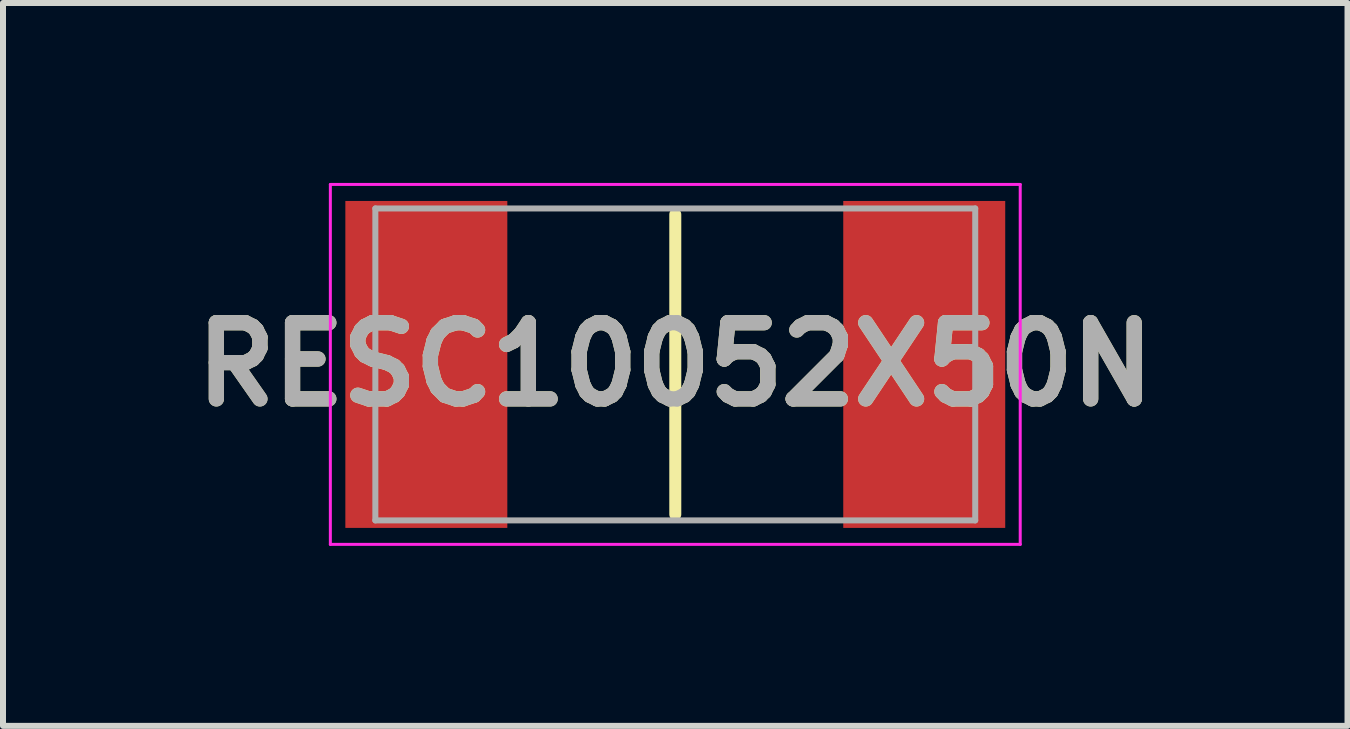
<source format=kicad_pcb>
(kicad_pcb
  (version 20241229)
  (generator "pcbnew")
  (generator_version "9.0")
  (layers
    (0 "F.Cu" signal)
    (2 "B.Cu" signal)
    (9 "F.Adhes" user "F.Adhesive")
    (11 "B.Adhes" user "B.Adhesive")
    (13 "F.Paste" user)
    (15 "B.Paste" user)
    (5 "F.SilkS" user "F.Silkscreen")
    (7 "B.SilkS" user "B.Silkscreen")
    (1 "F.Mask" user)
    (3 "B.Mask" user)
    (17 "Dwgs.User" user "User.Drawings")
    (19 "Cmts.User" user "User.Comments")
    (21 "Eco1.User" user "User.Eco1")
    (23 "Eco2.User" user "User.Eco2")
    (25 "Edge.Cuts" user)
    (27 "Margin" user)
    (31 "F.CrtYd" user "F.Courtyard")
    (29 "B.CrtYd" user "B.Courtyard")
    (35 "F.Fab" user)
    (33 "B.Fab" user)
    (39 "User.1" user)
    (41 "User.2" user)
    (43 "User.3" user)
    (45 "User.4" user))
  (footprint "RESC10052X50N"
    (layer "F.Cu")
    (at 8.207 3.025)
    (property "Reference" "RESC10052X50N" (at 0 0 0) (layer "F.SilkS") (effects (font (size 1.27 1.27) (thickness 0.254))))
    (attr smd)
    (fp_line (start 0 -2.5) (end 0 2.5) (stroke (width 0.2) (type solid)) (layer "F.SilkS"))
    (fp_line (start -5.75 -3) (end 5.75 -3) (stroke (width 0.05) (type solid)) (layer "F.CrtYd"))
    (fp_line (start -5.75 3) (end -5.75 -3) (stroke (width 0.05) (type solid)) (layer "F.CrtYd"))
    (fp_line (start 5.75 -3) (end 5.75 3) (stroke (width 0.05) (type solid)) (layer "F.CrtYd"))
    (fp_line (start 5.75 3) (end -5.75 3) (stroke (width 0.05) (type solid)) (layer "F.CrtYd"))
    (fp_line (start -5 -2.6) (end 5 -2.6) (stroke (width 0.1) (type solid)) (layer "F.Fab"))
    (fp_line (start -5 2.6) (end -5 -2.6) (stroke (width 0.1) (type solid)) (layer "F.Fab"))
    (fp_line (start 5 -2.6) (end 5 2.6) (stroke (width 0.1) (type solid)) (layer "F.Fab"))
    (fp_line (start 5 2.6) (end -5 2.6) (stroke (width 0.1) (type solid)) (layer "F.Fab"))
    (fp_text user "${REFERENCE}" (at 0 0 0) (layer "F.Fab") (effects (font (size 1.27 1.27) (thickness 0.254))))
    (pad "1" smd rect (at -4.15 0) (size 2.7 5.45) (layers "F.Cu" "F.Mask" "F.Paste"))
    (pad "2" smd rect (at 4.15 0) (size 2.7 5.45) (layers "F.Cu" "F.Mask" "F.Paste")))
  (gr_rect
    (start -3 -3)
    (end 19.413 9.05)
    (stroke (width 0.1) (type default))
    (fill no)
    (layer "Edge.Cuts")))
</source>
